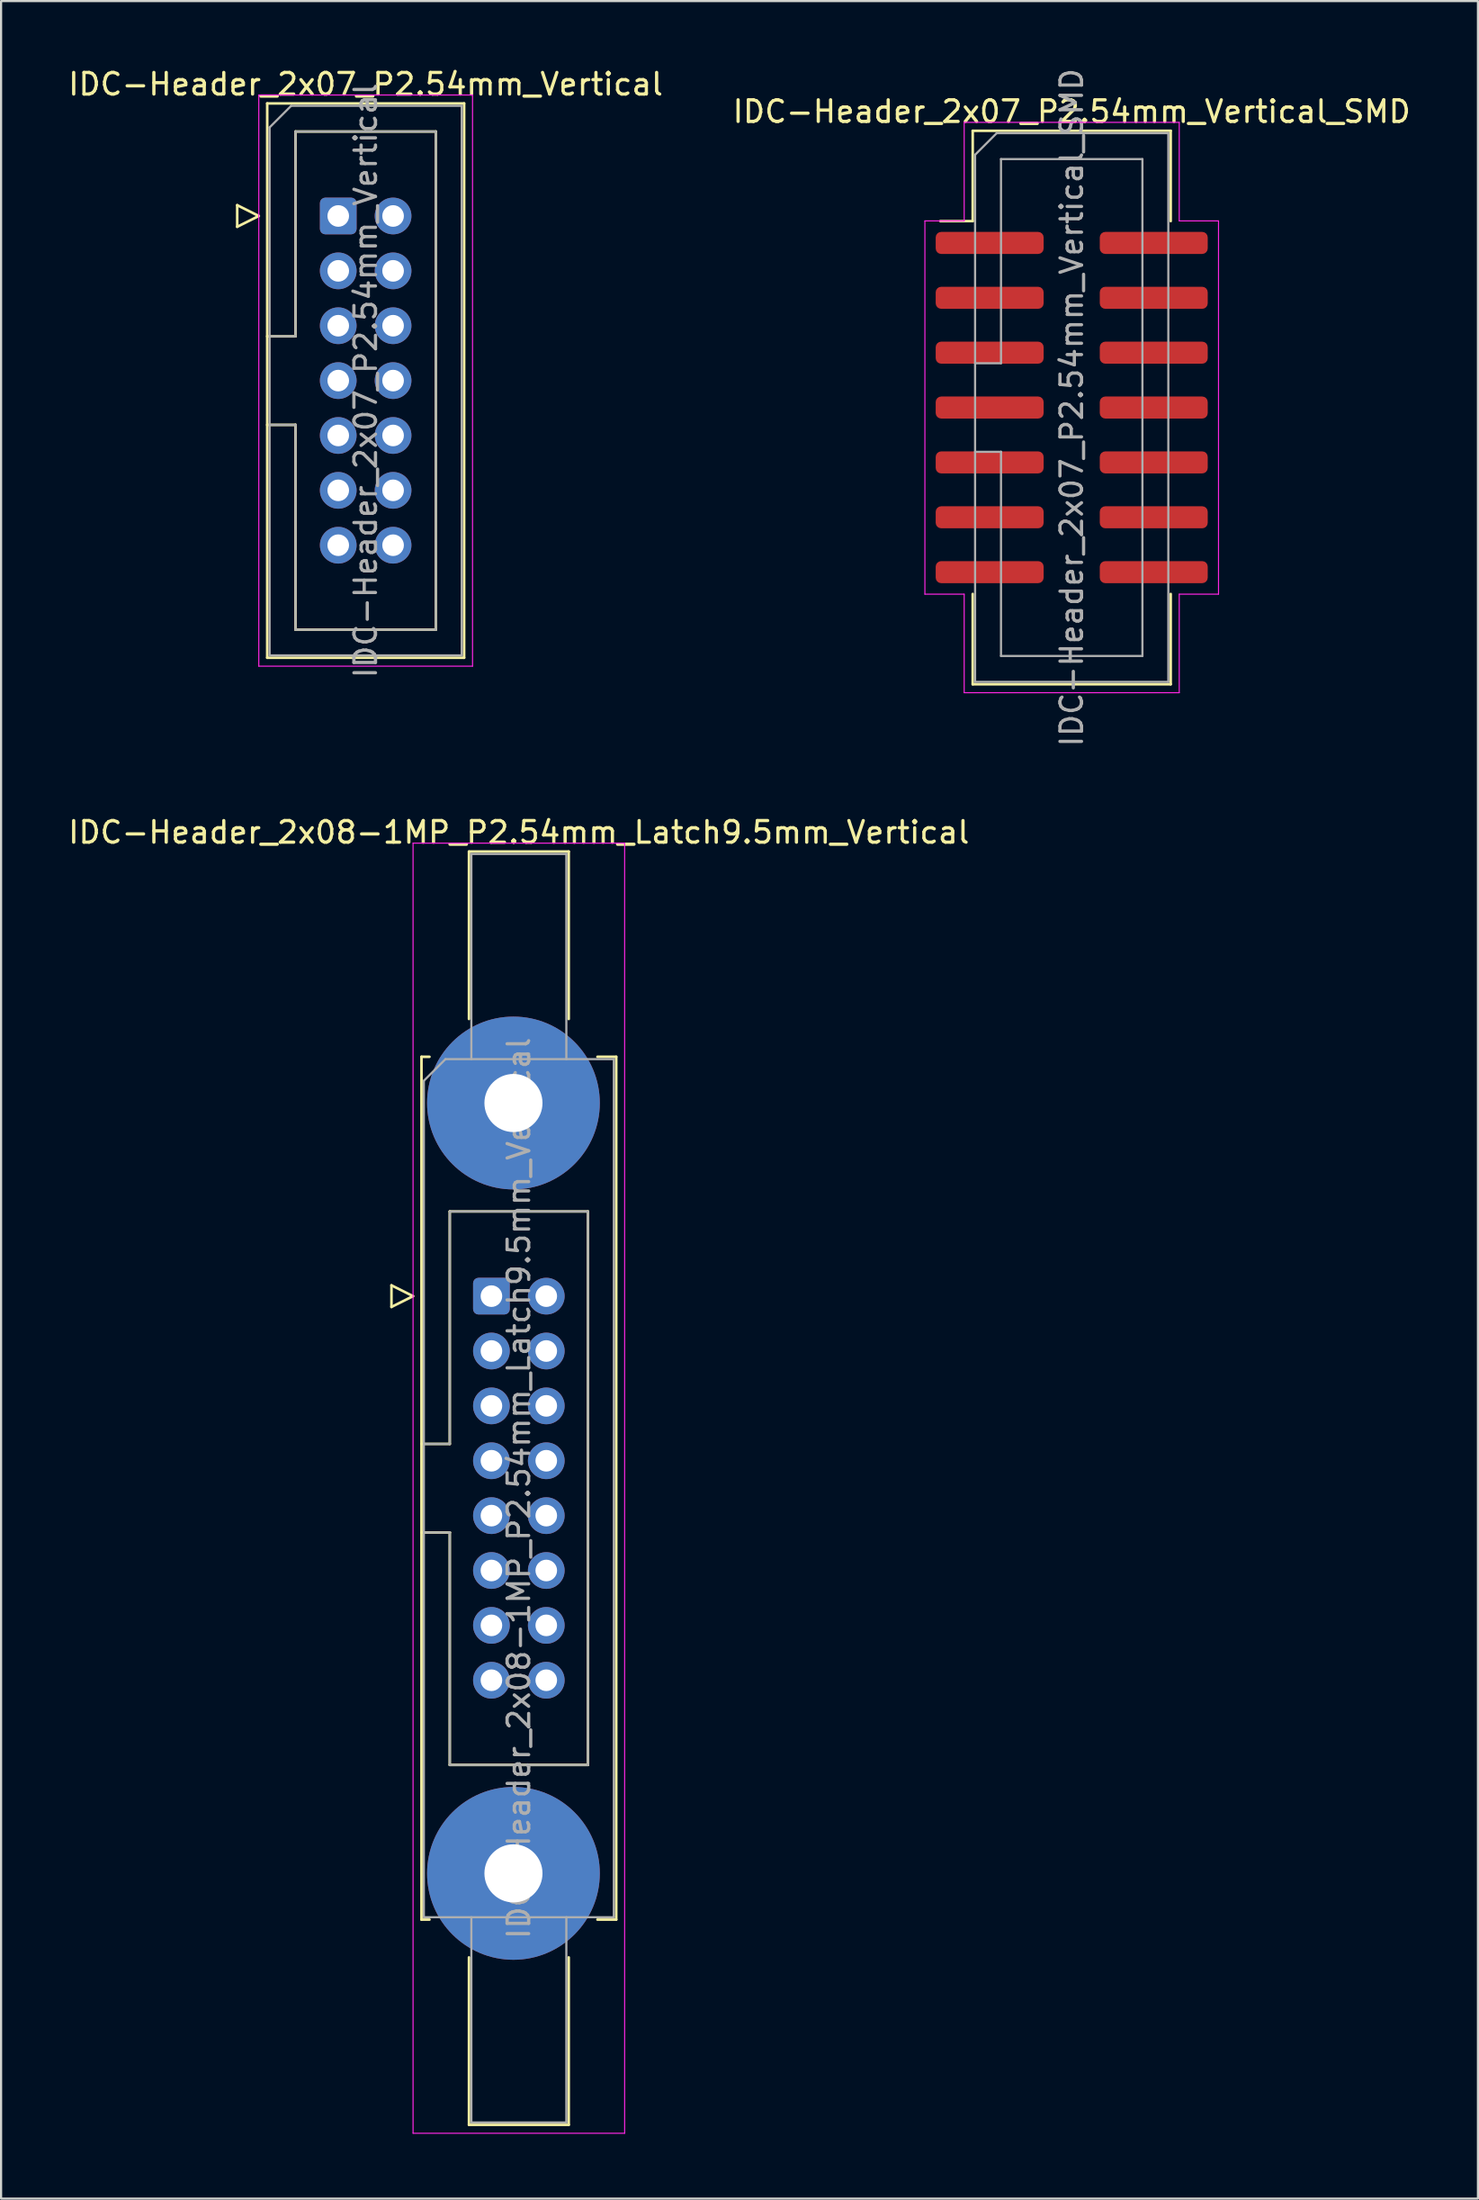
<source format=kicad_pcb>
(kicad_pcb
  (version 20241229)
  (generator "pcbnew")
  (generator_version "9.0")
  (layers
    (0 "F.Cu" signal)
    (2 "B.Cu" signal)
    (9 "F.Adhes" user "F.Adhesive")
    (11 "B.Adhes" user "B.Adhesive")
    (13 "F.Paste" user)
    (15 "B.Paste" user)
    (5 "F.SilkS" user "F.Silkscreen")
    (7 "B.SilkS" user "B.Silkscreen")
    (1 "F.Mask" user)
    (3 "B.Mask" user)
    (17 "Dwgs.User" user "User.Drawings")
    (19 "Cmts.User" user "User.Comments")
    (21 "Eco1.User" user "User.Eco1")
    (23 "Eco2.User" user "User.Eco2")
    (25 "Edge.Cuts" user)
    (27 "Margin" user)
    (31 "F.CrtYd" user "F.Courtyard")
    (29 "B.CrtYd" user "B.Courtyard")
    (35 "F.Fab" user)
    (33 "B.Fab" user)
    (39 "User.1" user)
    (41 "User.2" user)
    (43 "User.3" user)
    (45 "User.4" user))
  (footprint "IDC-Header_2x08-1MP_P2.54mm_Latch9.5mm_Vertical"
    (layer "F.Cu")
    (at 19.712 56.949)
    (property "Reference" "IDC-Header_2x08-1MP_P2.54mm_Latch9.5mm_Vertical" (at 1.27 -21.47 0) (layer "F.SilkS") (effects (font (size 1 1) (thickness 0.15))))
    (attr through_hole)
    (fp_line (start -4.63 -0.5) (end -4.63 0.5) (stroke (width 0.12) (type solid)) (layer "F.SilkS"))
    (fp_line (start -4.63 0.5) (end -3.63 0) (stroke (width 0.12) (type solid)) (layer "F.SilkS"))
    (fp_line (start -3.63 0) (end -4.63 -0.5) (stroke (width 0.12) (type solid)) (layer "F.SilkS"))
    (fp_line (start -3.24 -11.08) (end -3.24 28.86) (stroke (width 0.12) (type solid)) (layer "F.SilkS"))
    (fp_line (start -3.24 6.84) (end -1.93 6.84) (stroke (width 0.12) (type solid)) (layer "F.SilkS"))
    (fp_line (start -3.24 28.86) (end -2.87 28.86) (stroke (width 0.12) (type solid)) (layer "F.SilkS"))
    (fp_line (start -2.87 -11.08) (end -3.24 -11.08) (stroke (width 0.12) (type solid)) (layer "F.SilkS"))
    (fp_line (start -1.93 -3.92) (end 4.47 -3.92) (stroke (width 0.12) (type solid)) (layer "F.SilkS"))
    (fp_line (start -1.93 6.84) (end -1.93 -3.92) (stroke (width 0.12) (type solid)) (layer "F.SilkS"))
    (fp_line (start -1.93 10.94) (end -3.24 10.94) (stroke (width 0.12) (type solid)) (layer "F.SilkS"))
    (fp_line (start -1.93 10.94) (end -1.93 10.94) (stroke (width 0.12) (type solid)) (layer "F.SilkS"))
    (fp_line (start -1.93 21.7) (end -1.93 10.94) (stroke (width 0.12) (type solid)) (layer "F.SilkS"))
    (fp_line (start -1.04 -20.58) (end 3.58 -20.58) (stroke (width 0.12) (type solid)) (layer "F.SilkS"))
    (fp_line (start -1.04 -12.83) (end -1.04 -20.58) (stroke (width 0.12) (type solid)) (layer "F.SilkS"))
    (fp_line (start -1.04 30.61) (end -1.04 38.36) (stroke (width 0.12) (type solid)) (layer "F.SilkS"))
    (fp_line (start -1.04 38.36) (end 3.58 38.36) (stroke (width 0.12) (type solid)) (layer "F.SilkS"))
    (fp_line (start 3.58 -20.58) (end 3.58 -12.83) (stroke (width 0.12) (type solid)) (layer "F.SilkS"))
    (fp_line (start 3.58 38.36) (end 3.58 30.61) (stroke (width 0.12) (type solid)) (layer "F.SilkS"))
    (fp_line (start 4.47 -3.92) (end 4.47 21.7) (stroke (width 0.12) (type solid)) (layer "F.SilkS"))
    (fp_line (start 4.47 21.7) (end -1.93 21.7) (stroke (width 0.12) (type solid)) (layer "F.SilkS"))
    (fp_line (start 4.91 -11.08) (end 5.78 -11.08) (stroke (width 0.12) (type solid)) (layer "F.SilkS"))
    (fp_line (start 5.78 -11.08) (end 5.78 28.86) (stroke (width 0.12) (type solid)) (layer "F.SilkS"))
    (fp_line (start 5.78 28.86) (end 4.91 28.86) (stroke (width 0.12) (type solid)) (layer "F.SilkS"))
    (fp_line (start -3.63 -20.97) (end -3.63 38.75) (stroke (width 0.05) (type solid)) (layer "F.CrtYd"))
    (fp_line (start -3.63 38.75) (end 6.17 38.75) (stroke (width 0.05) (type solid)) (layer "F.CrtYd"))
    (fp_line (start 6.17 -20.97) (end -3.63 -20.97) (stroke (width 0.05) (type solid)) (layer "F.CrtYd"))
    (fp_line (start 6.17 38.75) (end 6.17 -20.97) (stroke (width 0.05) (type solid)) (layer "F.CrtYd"))
    (fp_line (start -3.13 -9.97) (end -2.13 -10.97) (stroke (width 0.1) (type solid)) (layer "F.Fab"))
    (fp_line (start -3.13 6.84) (end -1.93 6.84) (stroke (width 0.1) (type solid)) (layer "F.Fab"))
    (fp_line (start -3.13 28.75) (end -3.13 -9.97) (stroke (width 0.1) (type solid)) (layer "F.Fab"))
    (fp_line (start -2.13 -10.97) (end 5.67 -10.97) (stroke (width 0.1) (type solid)) (layer "F.Fab"))
    (fp_line (start -1.93 -3.92) (end 4.47 -3.92) (stroke (width 0.1) (type solid)) (layer "F.Fab"))
    (fp_line (start -1.93 6.84) (end -1.93 -3.92) (stroke (width 0.1) (type solid)) (layer "F.Fab"))
    (fp_line (start -1.93 10.94) (end -3.13 10.94) (stroke (width 0.1) (type solid)) (layer "F.Fab"))
    (fp_line (start -1.93 10.94) (end -1.93 10.94) (stroke (width 0.1) (type solid)) (layer "F.Fab"))
    (fp_line (start -1.93 21.7) (end -1.93 10.94) (stroke (width 0.1) (type solid)) (layer "F.Fab"))
    (fp_line (start -0.93 -20.47) (end 3.47 -20.47) (stroke (width 0.1) (type solid)) (layer "F.Fab"))
    (fp_line (start -0.93 -10.97) (end -0.93 -20.47) (stroke (width 0.1) (type solid)) (layer "F.Fab"))
    (fp_line (start -0.93 28.75) (end -0.93 38.25) (stroke (width 0.1) (type solid)) (layer "F.Fab"))
    (fp_line (start -0.93 38.25) (end 3.47 38.25) (stroke (width 0.1) (type solid)) (layer "F.Fab"))
    (fp_line (start 3.47 -20.47) (end 3.47 -10.97) (stroke (width 0.1) (type solid)) (layer "F.Fab"))
    (fp_line (start 3.47 38.25) (end 3.47 28.75) (stroke (width 0.1) (type solid)) (layer "F.Fab"))
    (fp_line (start 4.47 -3.92) (end 4.47 21.7) (stroke (width 0.1) (type solid)) (layer "F.Fab"))
    (fp_line (start 4.47 21.7) (end -1.93 21.7) (stroke (width 0.1) (type solid)) (layer "F.Fab"))
    (fp_line (start 5.67 -10.97) (end 5.67 28.75) (stroke (width 0.1) (type solid)) (layer "F.Fab"))
    (fp_line (start 5.67 28.75) (end -3.13 28.75) (stroke (width 0.1) (type solid)) (layer "F.Fab"))
    (fp_text user "${REFERENCE}" (at 1.27 8.89 90) (layer "F.Fab") (effects (font (size 1 1) (thickness 0.15))))
    (pad "1" thru_hole roundrect (at 0 0) (size 1.7 1.7) (drill 1) (layers "*.Cu" "*.Mask") (roundrect_rratio 0.147))
    (pad "2" thru_hole circle (at 2.54 0) (size 1.7 1.7) (drill 1) (layers "*.Cu" "*.Mask"))
    (pad "3" thru_hole circle (at 0 2.54) (size 1.7 1.7) (drill 1) (layers "*.Cu" "*.Mask"))
    (pad "4" thru_hole circle (at 2.54 2.54) (size 1.7 1.7) (drill 1) (layers "*.Cu" "*.Mask"))
    (pad "5" thru_hole circle (at 0 5.08) (size 1.7 1.7) (drill 1) (layers "*.Cu" "*.Mask"))
    (pad "6" thru_hole circle (at 2.54 5.08) (size 1.7 1.7) (drill 1) (layers "*.Cu" "*.Mask"))
    (pad "7" thru_hole circle (at 0 7.62) (size 1.7 1.7) (drill 1) (layers "*.Cu" "*.Mask"))
    (pad "8" thru_hole circle (at 2.54 7.62) (size 1.7 1.7) (drill 1) (layers "*.Cu" "*.Mask"))
    (pad "9" thru_hole circle (at 0 10.16) (size 1.7 1.7) (drill 1) (layers "*.Cu" "*.Mask"))
    (pad "10" thru_hole circle (at 2.54 10.16) (size 1.7 1.7) (drill 1) (layers "*.Cu" "*.Mask"))
    (pad "11" thru_hole circle (at 0 12.7) (size 1.7 1.7) (drill 1) (layers "*.Cu" "*.Mask"))
    (pad "12" thru_hole circle (at 2.54 12.7) (size 1.7 1.7) (drill 1) (layers "*.Cu" "*.Mask"))
    (pad "13" thru_hole circle (at 0 15.24) (size 1.7 1.7) (drill 1) (layers "*.Cu" "*.Mask"))
    (pad "14" thru_hole circle (at 2.54 15.24) (size 1.7 1.7) (drill 1) (layers "*.Cu" "*.Mask"))
    (pad "15" thru_hole circle (at 0 17.78) (size 1.7 1.7) (drill 1) (layers "*.Cu" "*.Mask"))
    (pad "16" thru_hole circle (at 2.54 17.78) (size 1.7 1.7) (drill 1) (layers "*.Cu" "*.Mask"))
    (pad "MP" thru_hole circle (at 1.02 -8.94) (size 8 8) (drill 2.69) (layers "*.Cu" "*.Mask"))
    (pad "MP" thru_hole circle (at 1.02 26.72) (size 8 8) (drill 2.69) (layers "*.Cu" "*.Mask")))
  (footprint "IDC-Header_2x07_P2.54mm_Vertical_SMD"
    (layer "F.Cu")
    (at 46.589 15.815)
    (property "Reference" "IDC-Header_2x07_P2.54mm_Vertical_SMD" (at 0 -13.7 0) (layer "F.SilkS") (effects (font (size 1 1) (thickness 0.15))))
    (attr smd)
    (fp_line (start -4.585 -12.81) (end 4.585 -12.81) (stroke (width 0.12) (type solid)) (layer "F.SilkS"))
    (fp_line (start -4.585 -8.63) (end -6.085 -8.63) (stroke (width 0.12) (type solid)) (layer "F.SilkS"))
    (fp_line (start -4.585 -8.63) (end -4.585 -12.81) (stroke (width 0.12) (type solid)) (layer "F.SilkS"))
    (fp_line (start -4.585 8.63) (end -4.585 12.81) (stroke (width 0.12) (type solid)) (layer "F.SilkS"))
    (fp_line (start -4.585 12.81) (end 4.585 12.81) (stroke (width 0.12) (type solid)) (layer "F.SilkS"))
    (fp_line (start 4.585 -12.81) (end 4.585 -8.63) (stroke (width 0.12) (type solid)) (layer "F.SilkS"))
    (fp_line (start 4.585 12.81) (end 4.585 8.63) (stroke (width 0.12) (type solid)) (layer "F.SilkS"))
    (fp_line (start -6.8 -8.64) (end -6.8 8.64) (stroke (width 0.05) (type solid)) (layer "F.CrtYd"))
    (fp_line (start -6.8 8.64) (end -4.98 8.64) (stroke (width 0.05) (type solid)) (layer "F.CrtYd"))
    (fp_line (start -4.98 -13.2) (end -4.98 -8.64) (stroke (width 0.05) (type solid)) (layer "F.CrtYd"))
    (fp_line (start -4.98 -8.64) (end -6.8 -8.64) (stroke (width 0.05) (type solid)) (layer "F.CrtYd"))
    (fp_line (start -4.98 8.64) (end -4.98 13.2) (stroke (width 0.05) (type solid)) (layer "F.CrtYd"))
    (fp_line (start -4.98 13.2) (end 4.98 13.2) (stroke (width 0.05) (type solid)) (layer "F.CrtYd"))
    (fp_line (start 4.98 -13.2) (end -4.98 -13.2) (stroke (width 0.05) (type solid)) (layer "F.CrtYd"))
    (fp_line (start 4.98 -8.64) (end 4.98 -13.2) (stroke (width 0.05) (type solid)) (layer "F.CrtYd"))
    (fp_line (start 4.98 8.64) (end 6.8 8.64) (stroke (width 0.05) (type solid)) (layer "F.CrtYd"))
    (fp_line (start 4.98 13.2) (end 4.98 8.64) (stroke (width 0.05) (type solid)) (layer "F.CrtYd"))
    (fp_line (start 6.8 -8.64) (end 4.98 -8.64) (stroke (width 0.05) (type solid)) (layer "F.CrtYd"))
    (fp_line (start 6.8 8.64) (end 6.8 -8.64) (stroke (width 0.05) (type solid)) (layer "F.CrtYd"))
    (fp_line (start -4.475 -11.7) (end -3.475 -12.7) (stroke (width 0.1) (type solid)) (layer "F.Fab"))
    (fp_line (start -4.475 -2.05) (end -3.275 -2.05) (stroke (width 0.1) (type solid)) (layer "F.Fab"))
    (fp_line (start -4.475 12.7) (end -4.475 -11.7) (stroke (width 0.1) (type solid)) (layer "F.Fab"))
    (fp_line (start -3.475 -12.7) (end 4.475 -12.7) (stroke (width 0.1) (type solid)) (layer "F.Fab"))
    (fp_line (start -3.275 -11.5) (end 3.275 -11.5) (stroke (width 0.1) (type solid)) (layer "F.Fab"))
    (fp_line (start -3.275 -2.05) (end -3.275 -11.5) (stroke (width 0.1) (type solid)) (layer "F.Fab"))
    (fp_line (start -3.275 2.05) (end -4.475 2.05) (stroke (width 0.1) (type solid)) (layer "F.Fab"))
    (fp_line (start -3.275 2.05) (end -3.275 2.05) (stroke (width 0.1) (type solid)) (layer "F.Fab"))
    (fp_line (start -3.275 11.5) (end -3.275 2.05) (stroke (width 0.1) (type solid)) (layer "F.Fab"))
    (fp_line (start 3.275 -11.5) (end 3.275 11.5) (stroke (width 0.1) (type solid)) (layer "F.Fab"))
    (fp_line (start 3.275 11.5) (end -3.275 11.5) (stroke (width 0.1) (type solid)) (layer "F.Fab"))
    (fp_line (start 4.475 -12.7) (end 4.475 12.7) (stroke (width 0.1) (type solid)) (layer "F.Fab"))
    (fp_line (start 4.475 12.7) (end -4.475 12.7) (stroke (width 0.1) (type solid)) (layer "F.Fab"))
    (fp_text user "${REFERENCE}" (at 0 0 90) (layer "F.Fab") (effects (font (size 1 1) (thickness 0.15))))
    (pad "1" smd roundrect (at -3.8 -7.62) (size 5 1.02) (layers "F.Cu" "F.Mask" "F.Paste") (roundrect_rratio 0.25))
    (pad "2" smd roundrect (at 3.8 -7.62) (size 5 1.02) (layers "F.Cu" "F.Mask" "F.Paste") (roundrect_rratio 0.25))
    (pad "3" smd roundrect (at -3.8 -5.08) (size 5 1.02) (layers "F.Cu" "F.Mask" "F.Paste") (roundrect_rratio 0.25))
    (pad "4" smd roundrect (at 3.8 -5.08) (size 5 1.02) (layers "F.Cu" "F.Mask" "F.Paste") (roundrect_rratio 0.25))
    (pad "5" smd roundrect (at -3.8 -2.54) (size 5 1.02) (layers "F.Cu" "F.Mask" "F.Paste") (roundrect_rratio 0.25))
    (pad "6" smd roundrect (at 3.8 -2.54) (size 5 1.02) (layers "F.Cu" "F.Mask" "F.Paste") (roundrect_rratio 0.25))
    (pad "7" smd roundrect (at -3.8 0) (size 5 1.02) (layers "F.Cu" "F.Mask" "F.Paste") (roundrect_rratio 0.25))
    (pad "8" smd roundrect (at 3.8 0) (size 5 1.02) (layers "F.Cu" "F.Mask" "F.Paste") (roundrect_rratio 0.25))
    (pad "9" smd roundrect (at -3.8 2.54) (size 5 1.02) (layers "F.Cu" "F.Mask" "F.Paste") (roundrect_rratio 0.25))
    (pad "10" smd roundrect (at 3.8 2.54) (size 5 1.02) (layers "F.Cu" "F.Mask" "F.Paste") (roundrect_rratio 0.25))
    (pad "11" smd roundrect (at -3.8 5.08) (size 5 1.02) (layers "F.Cu" "F.Mask" "F.Paste") (roundrect_rratio 0.25))
    (pad "12" smd roundrect (at 3.8 5.08) (size 5 1.02) (layers "F.Cu" "F.Mask" "F.Paste") (roundrect_rratio 0.25))
    (pad "13" smd roundrect (at -3.8 7.62) (size 5 1.02) (layers "F.Cu" "F.Mask" "F.Paste") (roundrect_rratio 0.25))
    (pad "14" smd roundrect (at 3.8 7.62) (size 5 1.02) (layers "F.Cu" "F.Mask" "F.Paste") (roundrect_rratio 0.25)))
  (footprint "IDC-Header_2x07_P2.54mm_Vertical"
    (layer "F.Cu")
    (at 12.617 6.948)
    (property "Reference" "IDC-Header_2x07_P2.54mm_Vertical" (at 1.27 -6.1 0) (layer "F.SilkS") (effects (font (size 1 1) (thickness 0.15))))
    (attr through_hole)
    (fp_line (start -4.68 -0.5) (end -4.68 0.5) (stroke (width 0.12) (type solid)) (layer "F.SilkS"))
    (fp_line (start -4.68 0.5) (end -3.68 0) (stroke (width 0.12) (type solid)) (layer "F.SilkS"))
    (fp_line (start -3.68 0) (end -4.68 -0.5) (stroke (width 0.12) (type solid)) (layer "F.SilkS"))
    (fp_line (start -3.29 -5.21) (end 5.83 -5.21) (stroke (width 0.12) (type solid)) (layer "F.SilkS"))
    (fp_line (start -3.29 5.57) (end -1.98 5.57) (stroke (width 0.12) (type solid)) (layer "F.SilkS"))
    (fp_line (start -3.29 20.45) (end -3.29 -5.21) (stroke (width 0.12) (type solid)) (layer "F.SilkS"))
    (fp_line (start -1.98 -3.91) (end 4.52 -3.91) (stroke (width 0.12) (type solid)) (layer "F.SilkS"))
    (fp_line (start -1.98 5.57) (end -1.98 -3.91) (stroke (width 0.12) (type solid)) (layer "F.SilkS"))
    (fp_line (start -1.98 9.67) (end -3.29 9.67) (stroke (width 0.12) (type solid)) (layer "F.SilkS"))
    (fp_line (start -1.98 9.67) (end -1.98 9.67) (stroke (width 0.12) (type solid)) (layer "F.SilkS"))
    (fp_line (start -1.98 19.15) (end -1.98 9.67) (stroke (width 0.12) (type solid)) (layer "F.SilkS"))
    (fp_line (start 4.52 -3.91) (end 4.52 19.15) (stroke (width 0.12) (type solid)) (layer "F.SilkS"))
    (fp_line (start 4.52 19.15) (end -1.98 19.15) (stroke (width 0.12) (type solid)) (layer "F.SilkS"))
    (fp_line (start 5.83 -5.21) (end 5.83 20.45) (stroke (width 0.12) (type solid)) (layer "F.SilkS"))
    (fp_line (start 5.83 20.45) (end -3.29 20.45) (stroke (width 0.12) (type solid)) (layer "F.SilkS"))
    (fp_line (start -3.68 -5.6) (end -3.68 20.84) (stroke (width 0.05) (type solid)) (layer "F.CrtYd"))
    (fp_line (start -3.68 20.84) (end 6.22 20.84) (stroke (width 0.05) (type solid)) (layer "F.CrtYd"))
    (fp_line (start 6.22 -5.6) (end -3.68 -5.6) (stroke (width 0.05) (type solid)) (layer "F.CrtYd"))
    (fp_line (start 6.22 20.84) (end 6.22 -5.6) (stroke (width 0.05) (type solid)) (layer "F.CrtYd"))
    (fp_line (start -3.18 -4.1) (end -2.18 -5.1) (stroke (width 0.1) (type solid)) (layer "F.Fab"))
    (fp_line (start -3.18 5.57) (end -1.98 5.57) (stroke (width 0.1) (type solid)) (layer "F.Fab"))
    (fp_line (start -3.18 20.34) (end -3.18 -4.1) (stroke (width 0.1) (type solid)) (layer "F.Fab"))
    (fp_line (start -2.18 -5.1) (end 5.72 -5.1) (stroke (width 0.1) (type solid)) (layer "F.Fab"))
    (fp_line (start -1.98 -3.91) (end 4.52 -3.91) (stroke (width 0.1) (type solid)) (layer "F.Fab"))
    (fp_line (start -1.98 5.57) (end -1.98 -3.91) (stroke (width 0.1) (type solid)) (layer "F.Fab"))
    (fp_line (start -1.98 9.67) (end -3.18 9.67) (stroke (width 0.1) (type solid)) (layer "F.Fab"))
    (fp_line (start -1.98 9.67) (end -1.98 9.67) (stroke (width 0.1) (type solid)) (layer "F.Fab"))
    (fp_line (start -1.98 19.15) (end -1.98 9.67) (stroke (width 0.1) (type solid)) (layer "F.Fab"))
    (fp_line (start 4.52 -3.91) (end 4.52 19.15) (stroke (width 0.1) (type solid)) (layer "F.Fab"))
    (fp_line (start 4.52 19.15) (end -1.98 19.15) (stroke (width 0.1) (type solid)) (layer "F.Fab"))
    (fp_line (start 5.72 -5.1) (end 5.72 20.34) (stroke (width 0.1) (type solid)) (layer "F.Fab"))
    (fp_line (start 5.72 20.34) (end -3.18 20.34) (stroke (width 0.1) (type solid)) (layer "F.Fab"))
    (fp_text user "${REFERENCE}" (at 1.27 7.62 90) (layer "F.Fab") (effects (font (size 1 1) (thickness 0.15))))
    (pad "1" thru_hole roundrect (at 0 0) (size 1.7 1.7) (drill 1) (layers "*.Cu" "*.Mask") (roundrect_rratio 0.147))
    (pad "2" thru_hole circle (at 2.54 0) (size 1.7 1.7) (drill 1) (layers "*.Cu" "*.Mask"))
    (pad "3" thru_hole circle (at 0 2.54) (size 1.7 1.7) (drill 1) (layers "*.Cu" "*.Mask"))
    (pad "4" thru_hole circle (at 2.54 2.54) (size 1.7 1.7) (drill 1) (layers "*.Cu" "*.Mask"))
    (pad "5" thru_hole circle (at 0 5.08) (size 1.7 1.7) (drill 1) (layers "*.Cu" "*.Mask"))
    (pad "6" thru_hole circle (at 2.54 5.08) (size 1.7 1.7) (drill 1) (layers "*.Cu" "*.Mask"))
    (pad "7" thru_hole circle (at 0 7.62) (size 1.7 1.7) (drill 1) (layers "*.Cu" "*.Mask"))
    (pad "8" thru_hole circle (at 2.54 7.62) (size 1.7 1.7) (drill 1) (layers "*.Cu" "*.Mask"))
    (pad "9" thru_hole circle (at 0 10.16) (size 1.7 1.7) (drill 1) (layers "*.Cu" "*.Mask"))
    (pad "10" thru_hole circle (at 2.54 10.16) (size 1.7 1.7) (drill 1) (layers "*.Cu" "*.Mask"))
    (pad "11" thru_hole circle (at 0 12.7) (size 1.7 1.7) (drill 1) (layers "*.Cu" "*.Mask"))
    (pad "12" thru_hole circle (at 2.54 12.7) (size 1.7 1.7) (drill 1) (layers "*.Cu" "*.Mask"))
    (pad "13" thru_hole circle (at 0 15.24) (size 1.7 1.7) (drill 1) (layers "*.Cu" "*.Mask"))
    (pad "14" thru_hole circle (at 2.54 15.24) (size 1.7 1.7) (drill 1) (layers "*.Cu" "*.Mask")))
  (gr_rect
    (start -3 -3)
    (end 65.405 98.724)
    (stroke (width 0.1) (type default))
    (fill no)
    (layer "Edge.Cuts")))
</source>
